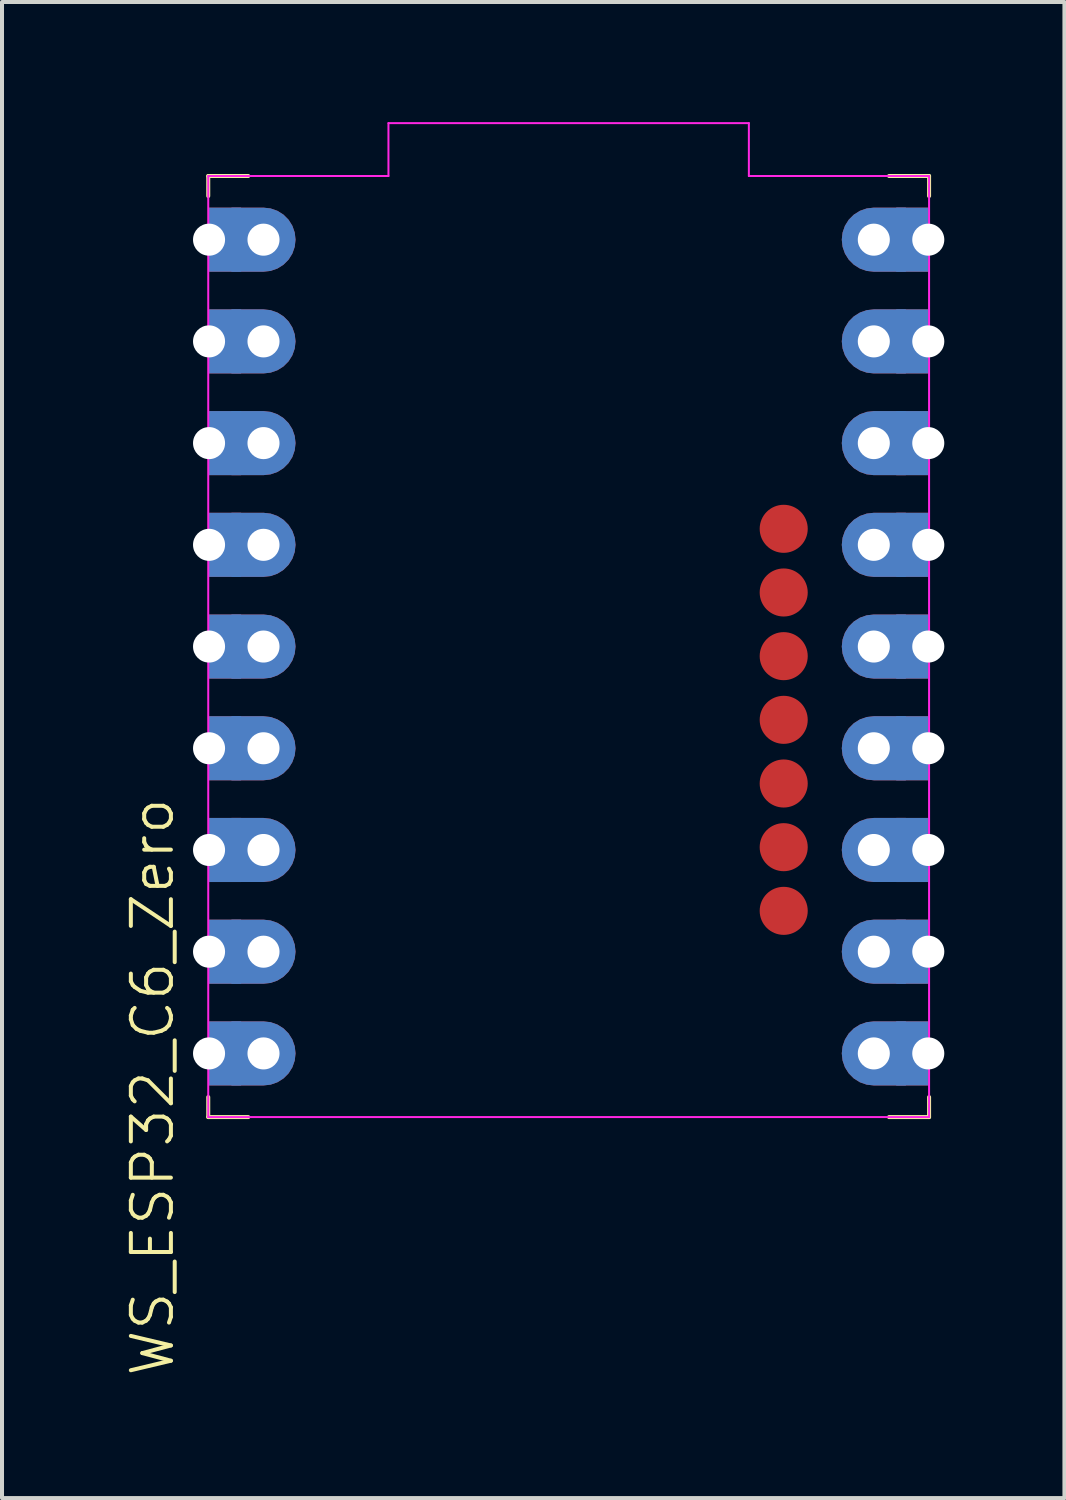
<source format=kicad_pcb>
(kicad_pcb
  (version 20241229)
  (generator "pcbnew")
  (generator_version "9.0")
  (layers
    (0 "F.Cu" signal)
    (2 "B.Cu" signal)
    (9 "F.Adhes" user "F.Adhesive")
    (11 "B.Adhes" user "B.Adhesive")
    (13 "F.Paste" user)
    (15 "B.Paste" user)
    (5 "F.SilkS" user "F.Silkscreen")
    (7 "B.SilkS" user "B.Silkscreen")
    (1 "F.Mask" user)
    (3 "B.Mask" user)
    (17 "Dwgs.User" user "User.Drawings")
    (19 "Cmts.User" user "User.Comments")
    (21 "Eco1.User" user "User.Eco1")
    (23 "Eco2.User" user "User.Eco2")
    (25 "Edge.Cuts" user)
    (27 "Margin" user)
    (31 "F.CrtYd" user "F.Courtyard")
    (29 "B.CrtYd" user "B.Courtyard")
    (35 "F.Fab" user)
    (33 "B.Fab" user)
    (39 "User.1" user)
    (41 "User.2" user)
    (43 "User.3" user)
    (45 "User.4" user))
  (footprint "WS_ESP32_C6_Zero"
    (layer "F.Cu")
    (at 11.15 13.095)
    (property "Reference" "WS_ESP32_C6_Zero" (at -10.39 11 90) (unlocked yes) (layer "F.SilkS") (effects (font (size 1 1) (thickness 0.1))))
    (fp_line (start -9 -11.75) (end -9 -11.25) (stroke (width 0.1) (type default)) (layer "F.SilkS"))
    (fp_line (start -9 -11.75) (end -8 -11.75) (stroke (width 0.1) (type default)) (layer "F.SilkS"))
    (fp_line (start -9 11.75) (end -9 11.25) (stroke (width 0.1) (type default)) (layer "F.SilkS"))
    (fp_line (start -9 11.75) (end -8 11.75) (stroke (width 0.1) (type default)) (layer "F.SilkS"))
    (fp_line (start 9 -11.75) (end 8 -11.75) (stroke (width 0.1) (type default)) (layer "F.SilkS"))
    (fp_line (start 9 -11.75) (end 9 -11.25) (stroke (width 0.1) (type default)) (layer "F.SilkS"))
    (fp_line (start 9 11.75) (end 8 11.75) (stroke (width 0.1) (type default)) (layer "F.SilkS"))
    (fp_line (start 9 11.75) (end 9 11.25) (stroke (width 0.1) (type default)) (layer "F.SilkS"))
    (fp_line (start -9 -11.75) (end -9 11.75) (stroke (width 0.05) (type default)) (layer "F.CrtYd"))
    (fp_line (start -9 11.75) (end 9 11.75) (stroke (width 0.05) (type default)) (layer "F.CrtYd"))
    (fp_line (start -4.5 -13.07) (end -4.5 -11.75) (stroke (width 0.05) (type default)) (layer "F.CrtYd"))
    (fp_line (start -4.5 -11.75) (end -9 -11.75) (stroke (width 0.05) (type default)) (layer "F.CrtYd"))
    (fp_line (start 4.5 -13.07) (end -4.5 -13.07) (stroke (width 0.05) (type default)) (layer "F.CrtYd"))
    (fp_line (start 4.5 -11.75) (end 4.5 -13.07) (stroke (width 0.05) (type default)) (layer "F.CrtYd"))
    (fp_line (start 9 -11.75) (end 4.5 -11.75) (stroke (width 0.05) (type default)) (layer "F.CrtYd"))
    (fp_line (start 9 11.75) (end 9 -11.75) (stroke (width 0.05) (type default)) (layer "F.CrtYd"))
    (pad "1" thru_hole custom (at -8.98 -10.16) (size 0.8 1.6) (drill 0.8 (offset 0.4 0)) (property pad_prop_castellated) (layers "*.Cu" "*.Mask") (options (anchor rect)) (primitives))
    (pad "1" thru_hole roundrect (at -7.62 -10.16) (size 1.6 1.6) (drill 0.8) (layers "*.Cu" "*.Mask") (roundrect_rratio 0.5) (chamfer_ratio 0) (chamfer top_left bottom_left))
    (pad "2" thru_hole custom (at -8.98 -7.62) (size 0.8 1.6) (drill 0.8 (offset 0.4 0)) (property pad_prop_castellated) (layers "*.Cu" "*.Mask") (options (anchor rect)) (primitives))
    (pad "2" thru_hole roundrect (at -7.62 -7.62) (size 1.6 1.6) (drill 0.8) (layers "*.Cu" "*.Mask") (roundrect_rratio 0.5) (chamfer_ratio 0) (chamfer top_left bottom_left))
    (pad "3" thru_hole custom (at -8.98 -5.08) (size 0.8 1.6) (drill 0.8 (offset 0.4 0)) (property pad_prop_castellated) (layers "*.Cu" "*.Mask") (options (anchor rect)) (primitives))
    (pad "3" thru_hole roundrect (at -7.62 -5.08) (size 1.6 1.6) (drill 0.8) (layers "*.Cu" "*.Mask") (roundrect_rratio 0.5) (chamfer_ratio 0) (chamfer top_left bottom_left))
    (pad "4" thru_hole custom (at -8.98 -2.54) (size 0.8 1.6) (drill 0.8 (offset 0.4 0)) (property pad_prop_castellated) (layers "*.Cu" "*.Mask") (options (anchor rect)) (primitives))
    (pad "4" thru_hole roundrect (at -7.62 -2.54) (size 1.6 1.6) (drill 0.8) (layers "*.Cu" "*.Mask") (roundrect_rratio 0.5) (chamfer_ratio 0) (chamfer top_left bottom_left))
    (pad "5" thru_hole custom (at -8.98 0) (size 0.8 1.6) (drill 0.8 (offset 0.4 0)) (property pad_prop_castellated) (layers "*.Cu" "*.Mask") (options (anchor rect)) (primitives))
    (pad "5" thru_hole roundrect (at -7.62 0) (size 1.6 1.6) (drill 0.8) (layers "*.Cu" "*.Mask") (roundrect_rratio 0.5) (chamfer_ratio 0) (chamfer top_left bottom_left))
    (pad "6" thru_hole custom (at -8.98 2.54) (size 0.8 1.6) (drill 0.8 (offset 0.4 0)) (property pad_prop_castellated) (layers "*.Cu" "*.Mask") (options (anchor rect)) (primitives))
    (pad "6" thru_hole roundrect (at -7.62 2.54) (size 1.6 1.6) (drill 0.8) (layers "*.Cu" "*.Mask") (roundrect_rratio 0.5) (chamfer_ratio 0) (chamfer top_left bottom_left))
    (pad "7" thru_hole custom (at -8.98 5.08) (size 0.8 1.6) (drill 0.8 (offset 0.4 0)) (property pad_prop_castellated) (layers "*.Cu" "*.Mask") (options (anchor rect)) (primitives))
    (pad "7" thru_hole roundrect (at -7.62 5.08) (size 1.6 1.6) (drill 0.8) (layers "*.Cu" "*.Mask") (roundrect_rratio 0.5) (chamfer_ratio 0) (chamfer top_left bottom_left))
    (pad "8" thru_hole custom (at -8.98 7.62) (size 0.8 1.6) (drill 0.8 (offset 0.4 0)) (property pad_prop_castellated) (layers "*.Cu" "*.Mask") (options (anchor rect)) (primitives))
    (pad "8" thru_hole roundrect (at -7.62 7.62) (size 1.6 1.6) (drill 0.8) (layers "*.Cu" "*.Mask") (roundrect_rratio 0.5) (chamfer_ratio 0) (chamfer top_left bottom_left))
    (pad "9" thru_hole custom (at -8.98 10.16) (size 0.8 1.6) (drill 0.8 (offset 0.4 0)) (property pad_prop_castellated) (layers "*.Cu" "*.Mask") (options (anchor rect)) (primitives))
    (pad "9" thru_hole roundrect (at -7.62 10.16) (size 1.6 1.6) (drill 0.8) (layers "*.Cu" "*.Mask") (roundrect_rratio 0.5) (chamfer_ratio 0) (chamfer top_left bottom_left))
    (pad "10" thru_hole roundrect (at 7.62 -10.16 180) (size 1.6 1.6) (drill 0.8) (layers "*.Cu" "*.Mask") (roundrect_rratio 0.5) (chamfer_ratio 0) (chamfer top_left bottom_left))
    (pad "10" thru_hole custom (at 8.98 -10.16 180) (size 0.8 1.6) (drill 0.8 (offset 0.4 0)) (property pad_prop_castellated) (layers "*.Cu" "*.Mask") (options (anchor rect)) (primitives))
    (pad "11" thru_hole roundrect (at 7.62 -7.62 180) (size 1.6 1.6) (drill 0.8) (layers "*.Cu" "*.Mask") (roundrect_rratio 0.5) (chamfer_ratio 0) (chamfer top_left bottom_left))
    (pad "11" thru_hole custom (at 8.98 -7.62 180) (size 0.8 1.6) (drill 0.8 (offset 0.4 0)) (property pad_prop_castellated) (layers "*.Cu" "*.Mask") (options (anchor rect)) (primitives))
    (pad "12" thru_hole roundrect (at 7.62 -5.08 180) (size 1.6 1.6) (drill 0.8) (layers "*.Cu" "*.Mask") (roundrect_rratio 0.5) (chamfer_ratio 0) (chamfer top_left bottom_left))
    (pad "12" thru_hole custom (at 8.98 -5.08 180) (size 0.8 1.6) (drill 0.8 (offset 0.4 0)) (property pad_prop_castellated) (layers "*.Cu" "*.Mask") (options (anchor rect)) (primitives))
    (pad "13" thru_hole roundrect (at 7.62 -2.54 180) (size 1.6 1.6) (drill 0.8) (layers "*.Cu" "*.Mask") (roundrect_rratio 0.5) (chamfer_ratio 0) (chamfer top_left bottom_left))
    (pad "13" thru_hole custom (at 8.98 -2.54 180) (size 0.8 1.6) (drill 0.8 (offset 0.4 0)) (property pad_prop_castellated) (layers "*.Cu" "*.Mask") (options (anchor rect)) (primitives))
    (pad "14" thru_hole roundrect (at 7.62 0 180) (size 1.6 1.6) (drill 0.8) (layers "*.Cu" "*.Mask") (roundrect_rratio 0.5) (chamfer_ratio 0) (chamfer top_left bottom_left))
    (pad "14" thru_hole custom (at 8.98 0 180) (size 0.8 1.6) (drill 0.8 (offset 0.4 0)) (property pad_prop_castellated) (layers "*.Cu" "*.Mask") (options (anchor rect)) (primitives))
    (pad "15" thru_hole roundrect (at 7.62 2.54 180) (size 1.6 1.6) (drill 0.8) (layers "*.Cu" "*.Mask") (roundrect_rratio 0.5) (chamfer_ratio 0) (chamfer top_left bottom_left))
    (pad "15" thru_hole custom (at 8.98 2.54 180) (size 0.8 1.6) (drill 0.8 (offset 0.4 0)) (property pad_prop_castellated) (layers "*.Cu" "*.Mask") (options (anchor rect)) (primitives))
    (pad "16" thru_hole roundrect (at 7.62 5.08 180) (size 1.6 1.6) (drill 0.8) (layers "*.Cu" "*.Mask") (roundrect_rratio 0.5) (chamfer_ratio 0) (chamfer top_left bottom_left))
    (pad "16" thru_hole custom (at 8.98 5.08 180) (size 0.8 1.6) (drill 0.8 (offset 0.4 0)) (property pad_prop_castellated) (layers "*.Cu" "*.Mask") (options (anchor rect)) (primitives))
    (pad "17" thru_hole roundrect (at 7.62 7.62 180) (size 1.6 1.6) (drill 0.8) (layers "*.Cu" "*.Mask") (roundrect_rratio 0.5) (chamfer_ratio 0) (chamfer top_left bottom_left))
    (pad "17" thru_hole custom (at 8.98 7.62 180) (size 0.8 1.6) (drill 0.8 (offset 0.4 0)) (property pad_prop_castellated) (layers "*.Cu" "*.Mask") (options (anchor rect)) (primitives))
    (pad "18" thru_hole roundrect (at 7.62 10.16 180) (size 1.6 1.6) (drill 0.8) (layers "*.Cu" "*.Mask") (roundrect_rratio 0.5) (chamfer_ratio 0) (chamfer top_left bottom_left))
    (pad "18" thru_hole custom (at 8.98 10.16 180) (size 0.8 1.6) (drill 0.8 (offset 0.4 0)) (property pad_prop_castellated) (layers "*.Cu" "*.Mask") (options (anchor rect)) (primitives))
    (pad "19" smd circle (at 5.37 6.6) (size 1.2 1.2) (layers "F.Cu" "F.Mask" "F.Paste"))
    (pad "20" smd circle (at 5.37 5.01) (size 1.2 1.2) (layers "F.Cu" "F.Mask" "F.Paste"))
    (pad "21" smd circle (at 5.37 3.42) (size 1.2 1.2) (layers "F.Cu" "F.Mask" "F.Paste"))
    (pad "22" smd circle (at 5.37 1.83) (size 1.2 1.2) (layers "F.Cu" "F.Mask" "F.Paste"))
    (pad "23" smd circle (at 5.37 0.24) (size 1.2 1.2) (layers "F.Cu" "F.Mask" "F.Paste"))
    (pad "24" smd circle (at 5.37 -1.35) (size 1.2 1.2) (layers "F.Cu" "F.Mask" "F.Paste"))
    (pad "25" smd circle (at 5.37 -2.94) (size 1.2 1.2) (layers "F.Cu" "F.Mask" "F.Paste"))
    (zone (net_name "") (layer "F.Cu") (hatch edge 0.5) (connect_pads) (min_thickness 0.25) (filled_areas_thickness no) (keepout (tracks not_allowed) (vias not_allowed) (pads not_allowed) (copperpour not_allowed) (footprints not_allowed)) (placement (enabled no)) (fill) (polygon (pts (xy 5.151 24.845) (xy 17.151 24.845) (xy 17.151 21.995) (xy 5.151 21.995))))
    (zone (net_name "") (layer "F.Cu") (hatch edge 0.5) (connect_pads) (min_thickness 0.25) (filled_areas_thickness no) (keepout (tracks not_allowed) (vias not_allowed) (pads not_allowed) (copperpour not_allowed) (footprints allowed)) (placement (enabled no)) (fill) (polygon (pts (xy 5.851 1.395) (xy 7.851 1.395) (xy 7.851 8.395) (xy 5.851 8.395))))
    (zone (net_name "") (layer "F.Cu") (hatch edge 0.5) (connect_pads) (min_thickness 0.25) (filled_areas_thickness no) (keepout (tracks not_allowed) (vias not_allowed) (pads not_allowed) (copperpour not_allowed) (footprints allowed)) (placement (enabled no)) (fill) (polygon (pts (xy 14.45 1.395) (xy 16.451 1.395) (xy 16.451 8.395) (xy 14.45 8.395)))))
  (gr_rect
    (start -3 -3)
    (end 23.53 34.359)
    (stroke (width 0.1) (type default))
    (fill no)
    (layer "Edge.Cuts")))
</source>
